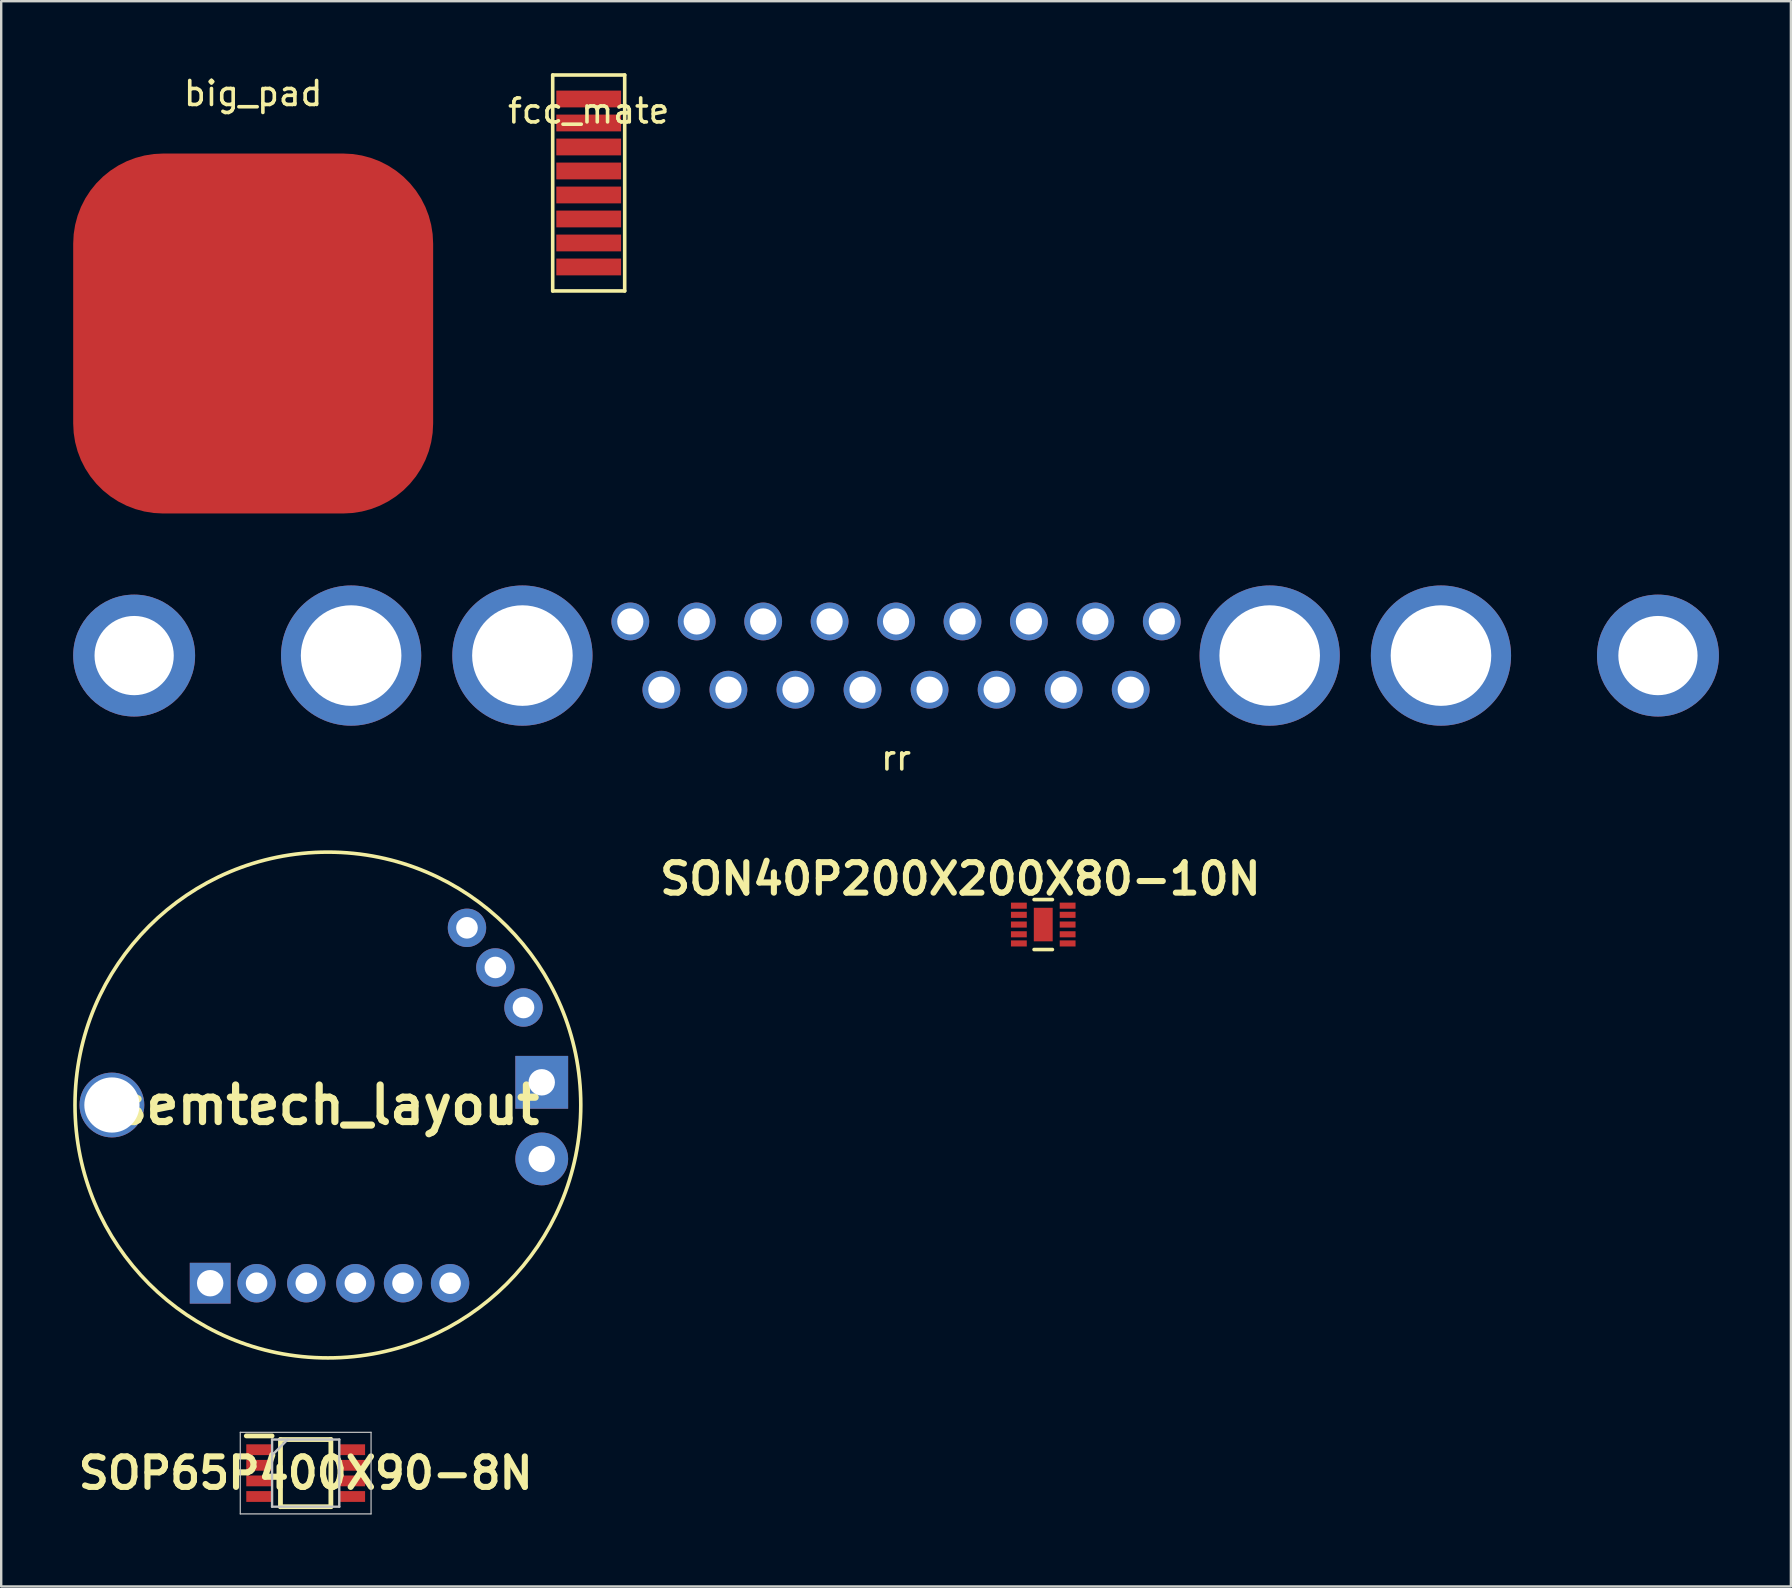
<source format=kicad_pcb>
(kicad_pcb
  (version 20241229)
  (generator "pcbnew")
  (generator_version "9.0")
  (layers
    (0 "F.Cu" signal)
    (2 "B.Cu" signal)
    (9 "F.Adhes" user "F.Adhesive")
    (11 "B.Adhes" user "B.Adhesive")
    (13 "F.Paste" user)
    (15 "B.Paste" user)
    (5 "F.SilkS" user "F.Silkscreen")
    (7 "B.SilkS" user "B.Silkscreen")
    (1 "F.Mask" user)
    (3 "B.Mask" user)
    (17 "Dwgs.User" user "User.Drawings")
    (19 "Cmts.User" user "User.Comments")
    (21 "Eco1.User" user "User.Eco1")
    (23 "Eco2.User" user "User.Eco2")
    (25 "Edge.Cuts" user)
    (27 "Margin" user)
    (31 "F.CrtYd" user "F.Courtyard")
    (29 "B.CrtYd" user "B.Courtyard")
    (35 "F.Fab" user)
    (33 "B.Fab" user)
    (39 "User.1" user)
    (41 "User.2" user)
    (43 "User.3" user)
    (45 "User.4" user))
  (footprint "fcc_mate"
    (layer "F.Cu")
    (at 21.482 1.075)
    (property "Reference" "fcc_mate" (at 0 0.5 0) (layer "F.SilkS") (effects (font (size 1 1) (thickness 0.15))))
    (attr through_hole)
    (fp_line (start -1.5 -1) (end -1.5 8) (stroke (width 0.15) (type solid)) (layer "F.SilkS"))
    (fp_line (start -1.5 8) (end 1.5 8) (stroke (width 0.15) (type solid)) (layer "F.SilkS"))
    (fp_line (start 1.5 -1) (end -1.5 -1) (stroke (width 0.15) (type solid)) (layer "F.SilkS"))
    (fp_line (start 1.5 8) (end 1.5 -1) (stroke (width 0.15) (type solid)) (layer "F.SilkS"))
    (pad "1" smd rect (at 0 0) (size 2.7 0.7) (layers "F.Cu" "F.Mask" "F.Paste"))
    (pad "2" smd rect (at 0 1) (size 2.7 0.7) (layers "F.Cu" "F.Mask" "F.Paste"))
    (pad "3" smd rect (at 0 2) (size 2.7 0.7) (layers "F.Cu" "F.Mask" "F.Paste"))
    (pad "4" smd rect (at 0 3) (size 2.7 0.7) (layers "F.Cu" "F.Mask" "F.Paste"))
    (pad "5" smd rect (at 0 4) (size 2.7 0.7) (layers "F.Cu" "F.Mask" "F.Paste"))
    (pad "6" smd rect (at 0 5) (size 2.7 0.7) (layers "F.Cu" "F.Mask" "F.Paste"))
    (pad "7" smd rect (at 0 6) (size 2.7 0.7) (layers "F.Cu" "F.Mask" "F.Paste"))
    (pad "8" smd rect (at 0 7) (size 2.7 0.7) (layers "F.Cu" "F.Mask" "F.Paste")))
  (footprint "rr"
    (layer "F.Cu")
    (at 34.29 24.269)
    (property "Reference" "rr" (at 0 4.267 0) (layer "F.SilkS") (effects (font (size 1 1) (thickness 0.15))))
    (attr through_hole)
    (pad "0" thru_hole circle (at -31.75 0) (size 5.08 5.08) (drill 3.302) (layers "*.Cu" "*.Mask"))
    (pad "0" thru_hole circle (at 31.75 0) (size 5.08 5.08) (drill 3.302) (layers "*.Cu" "*.Mask"))
    (pad "1" thru_hole circle (at 11.074 -1.422) (size 1.575 1.575) (drill 1.092) (layers "*.Cu" "*.Mask"))
    (pad "2" thru_hole circle (at 8.306 -1.422) (size 1.575 1.575) (drill 1.092) (layers "*.Cu" "*.Mask"))
    (pad "3" thru_hole circle (at 5.537 -1.422) (size 1.575 1.575) (drill 1.092) (layers "*.Cu" "*.Mask"))
    (pad "4" thru_hole circle (at 2.769 -1.422) (size 1.575 1.575) (drill 1.092) (layers "*.Cu" "*.Mask"))
    (pad "5" thru_hole circle (at 0 -1.422) (size 1.575 1.575) (drill 1.092) (layers "*.Cu" "*.Mask"))
    (pad "6" thru_hole circle (at -2.769 -1.422) (size 1.575 1.575) (drill 1.092) (layers "*.Cu" "*.Mask"))
    (pad "7" thru_hole circle (at -5.537 -1.422) (size 1.575 1.575) (drill 1.092) (layers "*.Cu" "*.Mask"))
    (pad "8" thru_hole circle (at -8.306 -1.422) (size 1.575 1.575) (drill 1.092) (layers "*.Cu" "*.Mask"))
    (pad "9" thru_hole circle (at -11.074 -1.422) (size 1.575 1.575) (drill 1.092) (layers "*.Cu" "*.Mask"))
    (pad "10" thru_hole circle (at 9.779 1.422) (size 1.575 1.575) (drill 1.092) (layers "*.Cu" "*.Mask"))
    (pad "11" thru_hole circle (at 6.985 1.422) (size 1.575 1.575) (drill 1.092) (layers "*.Cu" "*.Mask"))
    (pad "12" thru_hole circle (at 4.191 1.422) (size 1.575 1.575) (drill 1.092) (layers "*.Cu" "*.Mask"))
    (pad "13" thru_hole circle (at 1.397 1.422) (size 1.575 1.575) (drill 1.092) (layers "*.Cu" "*.Mask"))
    (pad "14" thru_hole circle (at -1.397 1.422) (size 1.575 1.575) (drill 1.092) (layers "*.Cu" "*.Mask"))
    (pad "15" thru_hole circle (at -4.191 1.422) (size 1.575 1.575) (drill 1.092) (layers "*.Cu" "*.Mask"))
    (pad "16" thru_hole circle (at -6.985 1.422) (size 1.575 1.575) (drill 1.092) (layers "*.Cu" "*.Mask"))
    (pad "17" thru_hole circle (at -9.779 1.422) (size 1.575 1.575) (drill 1.092) (layers "*.Cu" "*.Mask"))
    (pad "A1" thru_hole circle (at 22.708 0) (size 5.842 5.842) (drill 4.191) (layers "*.Cu" "*.Mask"))
    (pad "A2" thru_hole circle (at 15.57 0) (size 5.842 5.842) (drill 4.191) (layers "*.Cu" "*.Mask"))
    (pad "A3" thru_hole circle (at -15.57 0) (size 5.842 5.842) (drill 4.191) (layers "*.Cu" "*.Mask"))
    (pad "A4" thru_hole circle (at -22.708 0) (size 5.842 5.842) (drill 4.191) (layers "*.Cu" "*.Mask")))
  (footprint "SOP65P400X90-8N"
    (layer "F.Cu")
    (at 9.688 58.337)
    (property "Reference" "SOP65P400X90-8N" (at 0 0 0) (layer "F.SilkS") (effects (font (size 1.27 1.27) (thickness 0.254))))
    (attr smd)
    (fp_line (start -2.475 -1.55) (end -1.4 -1.55) (stroke (width 0.2) (type solid)) (layer "F.SilkS"))
    (fp_line (start -1.05 -1.4) (end 1.05 -1.4) (stroke (width 0.2) (type solid)) (layer "F.SilkS"))
    (fp_line (start -1.05 1.4) (end -1.05 -1.4) (stroke (width 0.2) (type solid)) (layer "F.SilkS"))
    (fp_line (start 1.05 -1.4) (end 1.05 1.4) (stroke (width 0.2) (type solid)) (layer "F.SilkS"))
    (fp_line (start 1.05 1.4) (end -1.05 1.4) (stroke (width 0.2) (type solid)) (layer "F.SilkS"))
    (fp_line (start -2.725 -1.7) (end 2.725 -1.7) (stroke (width 0.05) (type solid)) (layer "Dwgs.User"))
    (fp_line (start -2.725 1.7) (end -2.725 -1.7) (stroke (width 0.05) (type solid)) (layer "Dwgs.User"))
    (fp_line (start -1.4 -1.4) (end 1.4 -1.4) (stroke (width 0.1) (type solid)) (layer "Dwgs.User"))
    (fp_line (start -1.4 -0.75) (end -0.75 -1.4) (stroke (width 0.1) (type solid)) (layer "Dwgs.User"))
    (fp_line (start -1.4 1.4) (end -1.4 -1.4) (stroke (width 0.1) (type solid)) (layer "Dwgs.User"))
    (fp_line (start 1.4 -1.4) (end 1.4 1.4) (stroke (width 0.1) (type solid)) (layer "Dwgs.User"))
    (fp_line (start 1.4 1.4) (end -1.4 1.4) (stroke (width 0.1) (type solid)) (layer "Dwgs.User"))
    (fp_line (start 2.725 -1.7) (end 2.725 1.7) (stroke (width 0.05) (type solid)) (layer "Dwgs.User"))
    (fp_line (start 2.725 1.7) (end -2.725 1.7) (stroke (width 0.05) (type solid)) (layer "Dwgs.User"))
    (pad "1" smd rect (at -1.938 -0.975 90) (size 0.45 1.075) (layers "F.Cu" "F.Mask" "F.Paste"))
    (pad "2" smd rect (at -1.938 -0.325 90) (size 0.45 1.075) (layers "F.Cu" "F.Mask" "F.Paste"))
    (pad "3" smd rect (at -1.938 0.325 90) (size 0.45 1.075) (layers "F.Cu" "F.Mask" "F.Paste"))
    (pad "4" smd rect (at -1.938 0.975 90) (size 0.45 1.075) (layers "F.Cu" "F.Mask" "F.Paste"))
    (pad "5" smd rect (at 1.938 0.975 90) (size 0.45 1.075) (layers "F.Cu" "F.Mask" "F.Paste"))
    (pad "6" smd rect (at 1.938 0.325 90) (size 0.45 1.075) (layers "F.Cu" "F.Mask" "F.Paste"))
    (pad "7" smd rect (at 1.938 -0.325 90) (size 0.45 1.075) (layers "F.Cu" "F.Mask" "F.Paste"))
    (pad "8" smd rect (at 1.938 -0.975 90) (size 0.45 1.075) (layers "F.Cu" "F.Mask" "F.Paste")))
  (footprint "semtech_layout"
    (layer "F.Cu")
    (at 10.614 42.998)
    (property "Reference" "semtech_layout" (at 0 0 0) (layer "F.SilkS") (effects (font (size 1.524 1.524) (thickness 0.3))))
    (attr through_hole)
    (fp_circle (center 0 0) (end 10.53 -0.43) (stroke (width 0.15) (type solid)) (fill no) (layer "F.SilkS"))
    (pad "" thru_hole circle (at -9 0) (size 2.7 2.7) (drill 2.3) (layers "*.Cu" "*.Mask"))
    (pad "1-GND" thru_hole rect (at -4.905 7.426) (size 1.7 1.7) (drill 1.1) (layers "*.Cu" "*.Mask"))
    (pad "2_FREQ" thru_hole circle (at -2.971 7.426) (size 1.6 1.6) (drill 0.9) (layers "*.Cu" "*.Mask"))
    (pad "3_MOD_EN" thru_hole circle (at -0.9 7.426) (size 1.6 1.6) (drill 0.9) (layers "*.Cu" "*.Mask"))
    (pad "4_EOC" thru_hole circle (at 1.145 7.426) (size 1.6 1.6) (drill 0.9) (layers "*.Cu" "*.Mask"))
    (pad "5_CHG_DIS" thru_hole circle (at 3.131 7.426) (size 1.6 1.6) (drill 0.9) (layers "*.Cu" "*.Mask"))
    (pad "6_Alert" thru_hole circle (at 5.092 7.426) (size 1.6 1.6) (drill 0.9) (layers "*.Cu" "*.Mask"))
    (pad "7_Bat-" thru_hole circle (at 8.911 2.247) (size 2.2 2.2) (drill 1.1) (layers "*.Cu" "*.Mask"))
    (pad "8_Bat+" thru_hole rect (at 8.911 -0.946) (size 2.2 2.2) (drill 1.1) (layers "*.Cu" "*.Mask"))
    (pad "9_Sysout" thru_hole circle (at 8.151 -4.063) (size 1.6 1.6) (drill 0.9) (layers "*.Cu" "*.Mask"))
    (pad "10_therm" thru_hole circle (at 6.979 -5.732) (size 1.6 1.6) (drill 0.9) (layers "*.Cu" "*.Mask"))
    (pad "11-GND" thru_hole circle (at 5.796 -7.384) (size 1.6 1.6) (drill 0.9) (layers "*.Cu" "*.Mask")))
  (footprint "big_pad"
    (layer "F.Cu")
    (at 7.5 10.848)
    (property "Reference" "big_pad" (at 0 -10 0) (layer "F.SilkS") (effects (font (size 1 1) (thickness 0.15))))
    (attr through_hole)
    (pad "" smd roundrect (at 0 0) (size 15 15) (layers "F.Cu" "F.Mask" "F.Paste") (roundrect_rratio 0.25)))
  (footprint "SON40P200X200X80-10N"
    (layer "F.Cu")
    (at 40.424 35.478)
    (property "Reference" "SON40P200X200X80-10N" (at -3.454 -1.905 0) (layer "F.SilkS") (effects (font (size 1.27 1.27) (thickness 0.254))))
    (attr smd)
    (fp_line (start -0.381 1.041) (end 0.381 1.041) (stroke (width 0.152) (type solid)) (layer "F.SilkS"))
    (fp_line (start 0.381 -1.041) (end -0.381 -1.041) (stroke (width 0.152) (type solid)) (layer "F.SilkS"))
    (pad "1" smd rect (at -1.016 -0.787 90) (size 0.254 0.66) (layers "F.Cu" "F.Mask" "F.Paste"))
    (pad "2" smd rect (at -1.016 -0.406 90) (size 0.254 0.66) (layers "F.Cu" "F.Mask" "F.Paste"))
    (pad "3" smd rect (at -1.016 0 90) (size 0.254 0.66) (layers "F.Cu" "F.Mask" "F.Paste"))
    (pad "4" smd rect (at -1.016 0.406 90) (size 0.254 0.66) (layers "F.Cu" "F.Mask" "F.Paste"))
    (pad "5" smd rect (at -1.016 0.787 90) (size 0.254 0.66) (layers "F.Cu" "F.Mask" "F.Paste"))
    (pad "6" smd rect (at 1.016 0.787 90) (size 0.254 0.66) (layers "F.Cu" "F.Mask" "F.Paste"))
    (pad "7" smd rect (at 1.016 0.406 90) (size 0.254 0.66) (layers "F.Cu" "F.Mask" "F.Paste"))
    (pad "8" smd rect (at 1.016 0 90) (size 0.254 0.66) (layers "F.Cu" "F.Mask" "F.Paste"))
    (pad "9" smd rect (at 1.016 -0.406 90) (size 0.254 0.66) (layers "F.Cu" "F.Mask" "F.Paste"))
    (pad "10" smd rect (at 1.016 -0.787 90) (size 0.254 0.66) (layers "F.Cu" "F.Mask" "F.Paste"))
    (pad "11" smd rect (at 0 0) (size 0.787 1.397) (layers "F.Cu" "F.Mask" "F.Paste")))
  (gr_rect
    (start -3 -3)
    (end 71.58 63.062)
    (stroke (width 0.1) (type default))
    (fill no)
    (layer "Edge.Cuts")))
</source>
